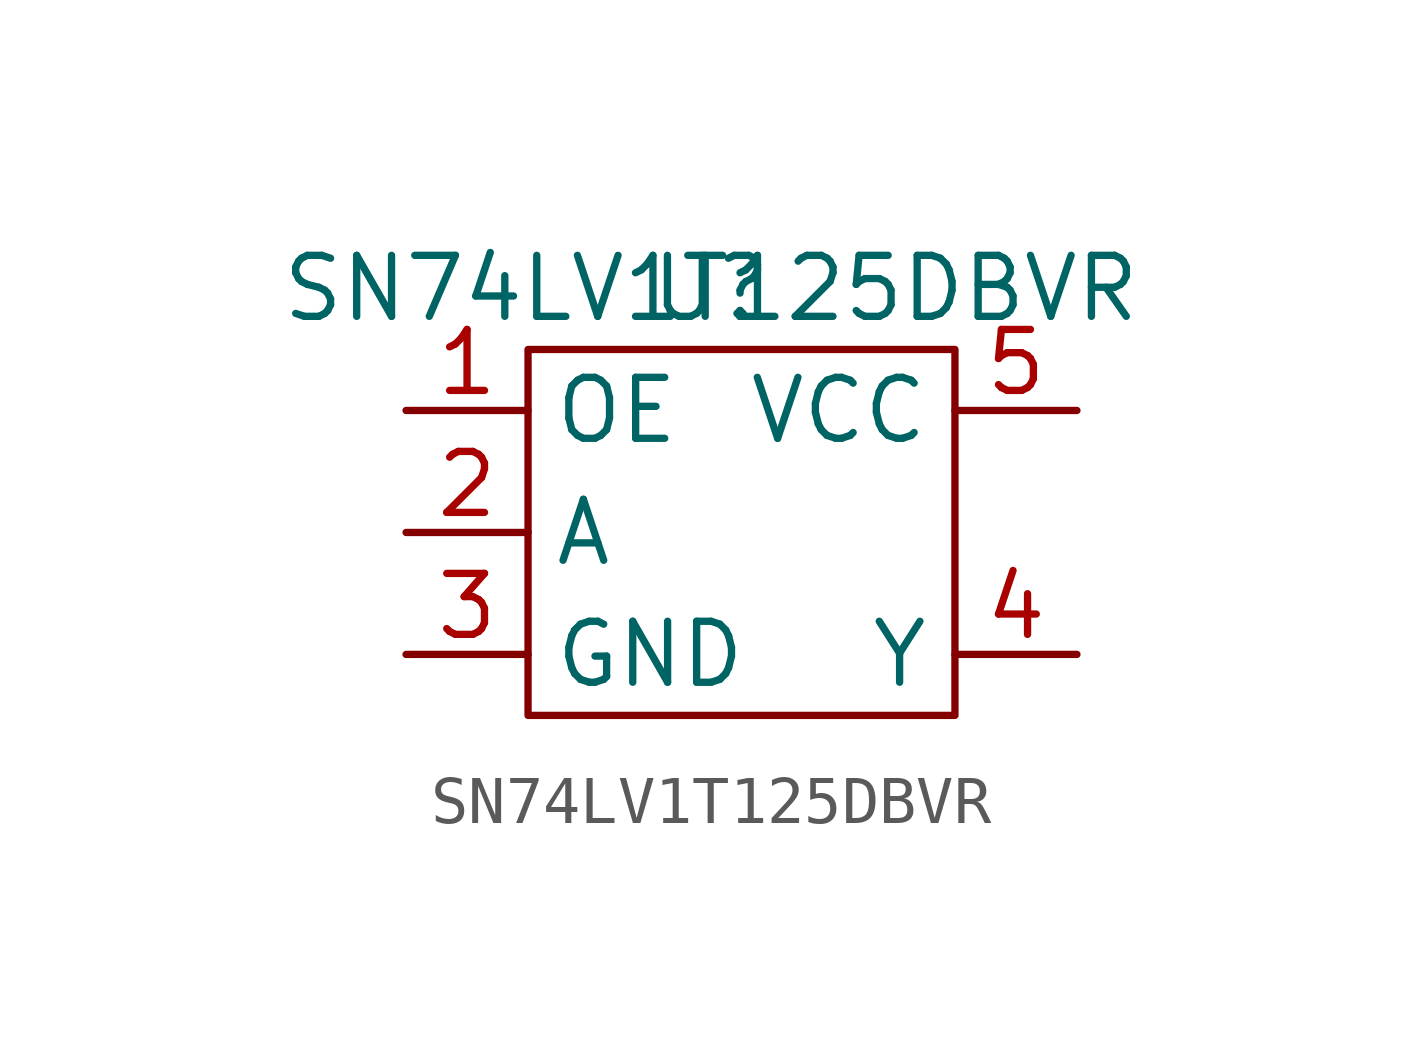
<source format=kicad_sym>
(kicad_symbol_lib
  (version 20211014)
  (generator kicad_symbol_editor)
  (symbol "SN74LV1T125DBVR"
    (property "Reference" "U"
      (at 0 0 0)
      (effects (font (size 1.27 1.27))))
    (property "Value" "SN74LV1T125DBVR"
      (at 0 0 0)
      (effects (font (size 1.27 1.27))))
    (symbol "SN74LV1T125DBVR_0_1"
      (rectangle (start -3.81 -1.27) (end 5.08 -8.89) (stroke (width 0) (type default) (color 0 0 0 0)) (fill (type none))))
    (symbol "SN74LV1T125DBVR_1_1"
      (pin passive line (at -6.35 -2.54 0) (length 2.54) (name "OE" (effects (font (size 1.27 1.27)))) (number "1" (effects (font (size 1.27 1.27)))))
      (pin passive line (at -6.35 -5.08 0) (length 2.54) (name "A" (effects (font (size 1.27 1.27)))) (number "2" (effects (font (size 1.27 1.27)))))
      (pin passive line (at -6.35 -7.62 0) (length 2.54) (name "GND" (effects (font (size 1.27 1.27)))) (number "3" (effects (font (size 1.27 1.27)))))
      (pin passive line (at 7.62 -7.62 180) (length 2.54) (name "Y" (effects (font (size 1.27 1.27)))) (number "4" (effects (font (size 1.27 1.27)))))
      (pin power_in line (at 7.62 -2.54 180) (length 2.54) (name "VCC" (effects (font (size 1.27 1.27)))) (number "5" (effects (font (size 1.27 1.27))))))))
</source>
